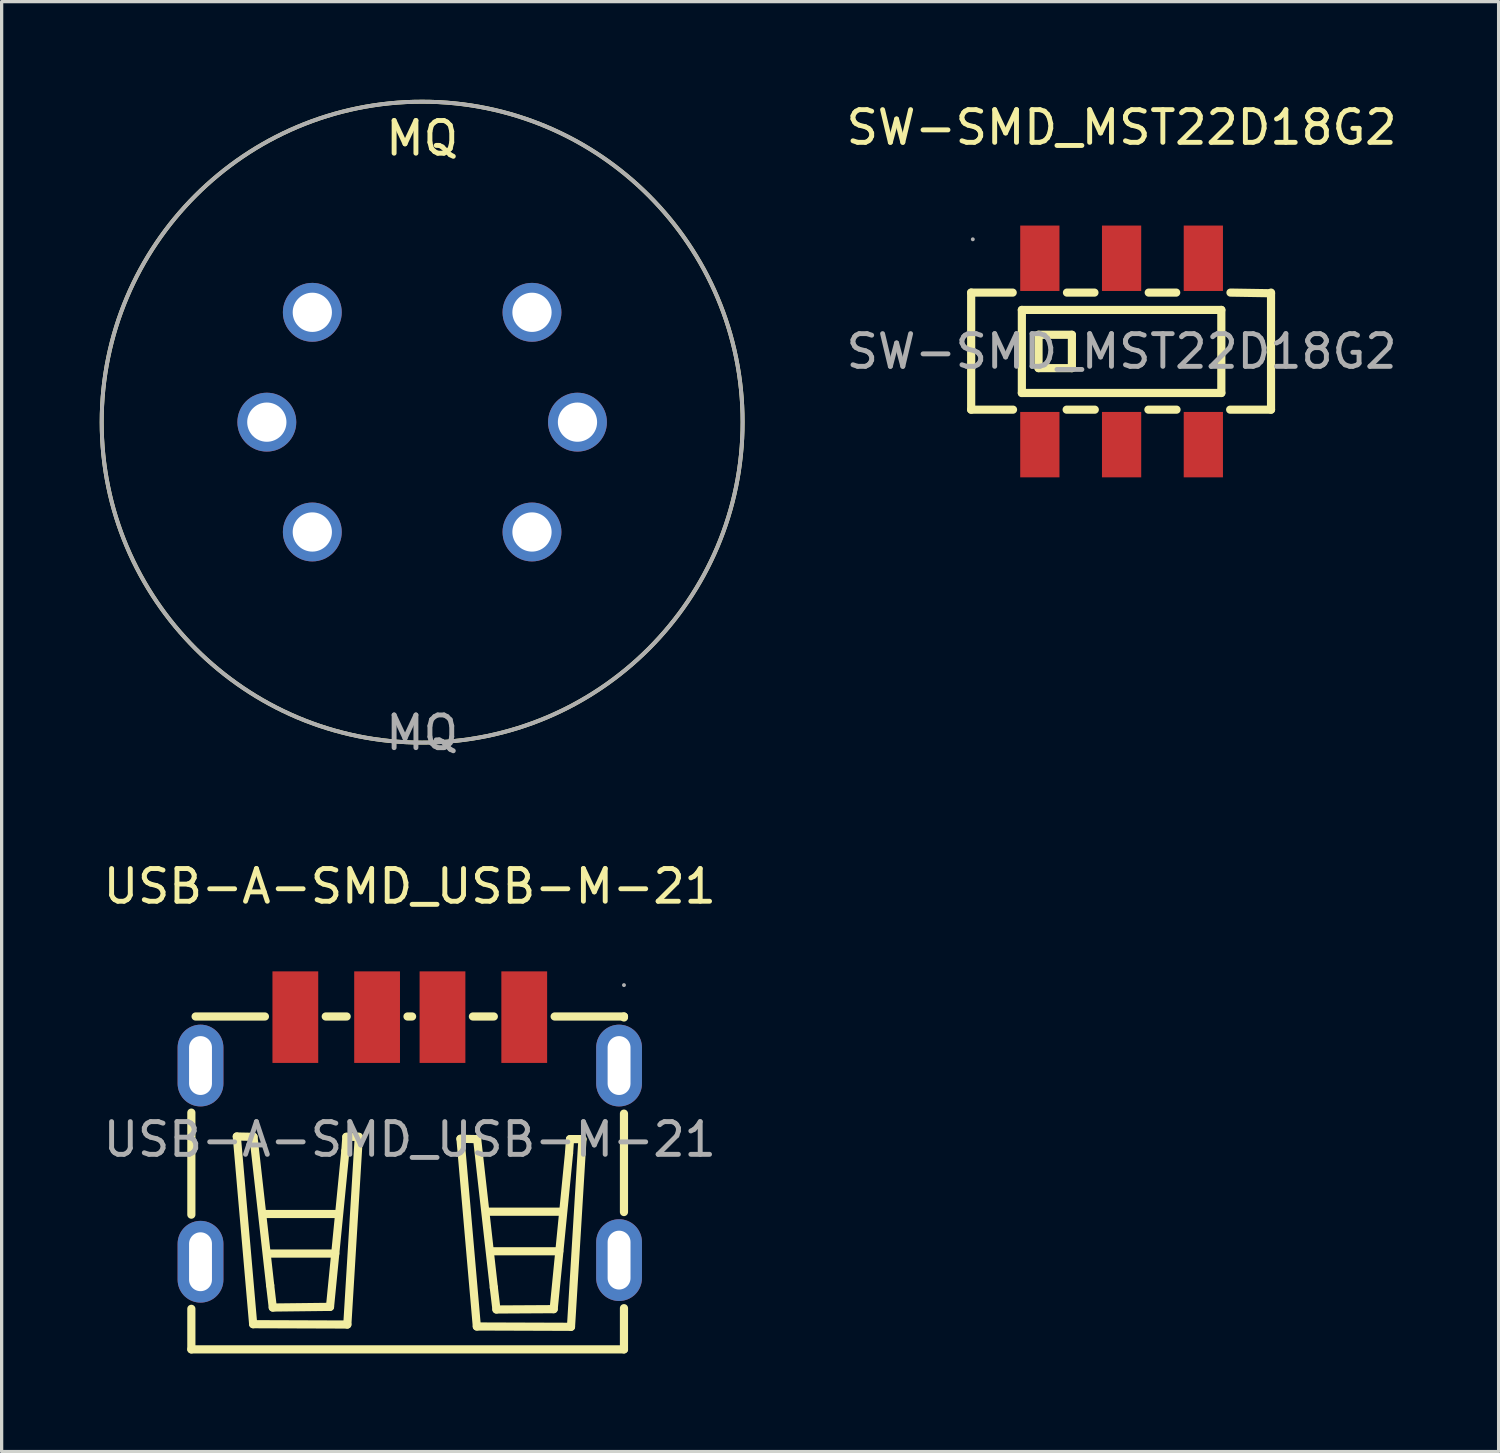
<source format=kicad_pcb>
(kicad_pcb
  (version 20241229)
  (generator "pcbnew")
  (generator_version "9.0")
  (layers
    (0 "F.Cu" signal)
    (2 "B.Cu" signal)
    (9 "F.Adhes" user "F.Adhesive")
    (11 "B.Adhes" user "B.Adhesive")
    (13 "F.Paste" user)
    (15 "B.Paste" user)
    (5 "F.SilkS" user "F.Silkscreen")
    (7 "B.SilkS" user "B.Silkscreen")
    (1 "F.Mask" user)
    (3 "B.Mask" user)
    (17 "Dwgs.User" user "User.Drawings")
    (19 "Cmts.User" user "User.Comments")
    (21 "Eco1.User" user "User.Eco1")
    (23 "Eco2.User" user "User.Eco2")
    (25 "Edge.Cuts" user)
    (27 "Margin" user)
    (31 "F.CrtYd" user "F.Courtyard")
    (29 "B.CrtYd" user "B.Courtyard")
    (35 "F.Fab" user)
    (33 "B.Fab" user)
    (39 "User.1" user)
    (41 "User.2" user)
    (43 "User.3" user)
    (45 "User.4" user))
  (footprint "MQ"
    (layer "F.Cu")
    (at 9.86 9.86)
    (property "Reference" "MQ" (at 0 -8.68 0) (unlocked yes) (layer "F.SilkS") (effects (font (size 1 1) (thickness 0.15))))
    (fp_circle (center 0 0) (end 9.8 0) (stroke (width 0.12) (type solid)) (fill no) (layer "F.SilkS"))
    (fp_circle (center 0 0) (end 9.8 0) (stroke (width 0.12) (type solid)) (fill no) (layer "F.Fab"))
    (fp_text user "${REFERENCE}" (at 0 9.5 0) (unlocked yes) (layer "F.Fab") (effects (font (size 1 1) (thickness 0.15))))
    (pad "1" thru_hole circle (at -3.359 -3.359) (size 1.8 1.8) (drill 1.2) (layers "*.Cu" "*.Mask"))
    (pad "2" thru_hole circle (at -4.75 0) (size 1.8 1.8) (drill 1.2) (layers "*.Cu" "*.Mask"))
    (pad "3" thru_hole circle (at -3.359 3.359) (size 1.8 1.8) (drill 1.2) (layers "*.Cu" "*.Mask"))
    (pad "4" thru_hole circle (at 3.359 3.359) (size 1.8 1.8) (drill 1.2) (layers "*.Cu" "*.Mask"))
    (pad "5" thru_hole circle (at 4.75 0) (size 1.8 1.8) (drill 1.2) (layers "*.Cu" "*.Mask"))
    (pad "6" thru_hole circle (at 3.359 -3.359) (size 1.8 1.8) (drill 1.2) (layers "*.Cu" "*.Mask")))
  (footprint "USB-A-SMD_USB-M-21"
    (layer "F.Cu")
    (at 9.482 31.796)
    (property "Reference" "USB-A-SMD_USB-M-21" (at 0 -7.74 0) (layer "F.SilkS") (effects (font (size 1 1) (thickness 0.15))))
    (attr smd)
    (fp_line (start -6.68 2.3) (end -6.68 -0.82) (stroke (width 0.25) (type solid)) (layer "F.SilkS"))
    (fp_line (start -6.68 6.42) (end -6.68 5.18) (stroke (width 0.25) (type solid)) (layer "F.SilkS"))
    (fp_line (start -6.55 -3.76) (end -4.43 -3.76) (stroke (width 0.25) (type solid)) (layer "F.SilkS"))
    (fp_line (start -5.29 -0.09) (end -4.78 -0.08) (stroke (width 0.25) (type solid)) (layer "F.SilkS"))
    (fp_line (start -4.79 5.65) (end -5.29 -0.09) (stroke (width 0.25) (type solid)) (layer "F.SilkS"))
    (fp_line (start -4.78 -0.08) (end -4.27 4.46) (stroke (width 0.25) (type solid)) (layer "F.SilkS"))
    (fp_line (start -4.45 2.28) (end -2.19 2.28) (stroke (width 0.25) (type solid)) (layer "F.SilkS"))
    (fp_line (start -4.31 3.49) (end -2.28 3.49) (stroke (width 0.25) (type solid)) (layer "F.SilkS"))
    (fp_line (start -4.27 4.46) (end -4.19 5.14) (stroke (width 0.25) (type solid)) (layer "F.SilkS"))
    (fp_line (start -4.19 5.14) (end -2.44 5.12) (stroke (width 0.25) (type solid)) (layer "F.SilkS"))
    (fp_line (start -2.57 -3.76) (end -1.93 -3.76) (stroke (width 0.25) (type solid)) (layer "F.SilkS"))
    (fp_line (start -2.44 5.12) (end -1.97 0.35) (stroke (width 0.25) (type solid)) (layer "F.SilkS"))
    (fp_line (start -1.97 0.35) (end -1.94 -0.08) (stroke (width 0.25) (type solid)) (layer "F.SilkS"))
    (fp_line (start -1.94 -0.08) (end -1.56 -0.08) (stroke (width 0.25) (type solid)) (layer "F.SilkS"))
    (fp_line (start -1.91 5.66) (end -4.79 5.65) (stroke (width 0.25) (type solid)) (layer "F.SilkS"))
    (fp_line (start -1.56 -0.08) (end -1.91 5.66) (stroke (width 0.25) (type solid)) (layer "F.SilkS"))
    (fp_line (start -0.07 -3.76) (end 0.07 -3.76) (stroke (width 0.25) (type solid)) (layer "F.SilkS"))
    (fp_line (start 1.55 -0.02) (end 2.06 -0.01) (stroke (width 0.25) (type solid)) (layer "F.SilkS"))
    (fp_line (start 1.93 -3.76) (end 2.57 -3.76) (stroke (width 0.25) (type solid)) (layer "F.SilkS"))
    (fp_line (start 2.05 5.72) (end 1.55 -0.02) (stroke (width 0.25) (type solid)) (layer "F.SilkS"))
    (fp_line (start 2.06 -0.01) (end 2.57 4.53) (stroke (width 0.25) (type solid)) (layer "F.SilkS"))
    (fp_line (start 2.4 2.21) (end 4.66 2.21) (stroke (width 0.25) (type solid)) (layer "F.SilkS"))
    (fp_line (start 2.54 3.42) (end 4.57 3.42) (stroke (width 0.25) (type solid)) (layer "F.SilkS"))
    (fp_line (start 2.57 4.53) (end 2.65 5.2) (stroke (width 0.25) (type solid)) (layer "F.SilkS"))
    (fp_line (start 2.65 5.2) (end 4.4 5.19) (stroke (width 0.25) (type solid)) (layer "F.SilkS"))
    (fp_line (start 4.4 5.19) (end 4.87 0.42) (stroke (width 0.25) (type solid)) (layer "F.SilkS"))
    (fp_line (start 4.43 -3.76) (end 6.55 -3.76) (stroke (width 0.25) (type solid)) (layer "F.SilkS"))
    (fp_line (start 4.87 0.42) (end 4.9 -0.01) (stroke (width 0.25) (type solid)) (layer "F.SilkS"))
    (fp_line (start 4.9 -0.01) (end 5.28 -0.01) (stroke (width 0.25) (type solid)) (layer "F.SilkS"))
    (fp_line (start 4.93 5.73) (end 2.05 5.72) (stroke (width 0.25) (type solid)) (layer "F.SilkS"))
    (fp_line (start 5.28 -0.01) (end 4.93 5.73) (stroke (width 0.25) (type solid)) (layer "F.SilkS"))
    (fp_line (start 6.55 -3.76) (end 6.55 -3.73) (stroke (width 0.25) (type solid)) (layer "F.SilkS"))
    (fp_line (start 6.55 -0.79) (end 6.55 2.22) (stroke (width 0.25) (type solid)) (layer "F.SilkS"))
    (fp_line (start 6.55 5.16) (end 6.55 6.42) (stroke (width 0.25) (type solid)) (layer "F.SilkS"))
    (fp_line (start 6.55 6.42) (end -6.68 6.42) (stroke (width 0.25) (type solid)) (layer "F.SilkS"))
    (fp_circle (center 6.55 -4.72) (end 6.58 -4.72) (stroke (width 0.06) (type solid)) (fill no) (layer "F.Fab"))
    (fp_text user "${REFERENCE}" (at 0 0 0) (layer "F.Fab") (effects (font (size 1 1) (thickness 0.15))))
    (pad "1" smd rect (at 3.5 -3.74 180) (size 1.4 2.8) (layers "F.Cu" "F.Mask" "F.Paste"))
    (pad "2" smd rect (at 1 -3.74 180) (size 1.4 2.8) (layers "F.Cu" "F.Mask" "F.Paste"))
    (pad "3" smd rect (at -1 -3.74 180) (size 1.4 2.8) (layers "F.Cu" "F.Mask" "F.Paste"))
    (pad "4" smd rect (at -3.5 -3.74 180) (size 1.4 2.8) (layers "F.Cu" "F.Mask" "F.Paste"))
    (pad "5" thru_hole oval (at -6.4 -2.26 270) (size 2.5 1.4) (drill oval 1.8 0.7) (layers "*.Cu" "*.Mask"))
    (pad "6" thru_hole oval (at -6.4 3.74 270) (size 2.5 1.4) (drill oval 1.8 0.7) (layers "*.Cu" "*.Mask"))
    (pad "7" thru_hole oval (at 6.4 3.69 90) (size 2.5 1.4) (drill oval 1.8 0.7) (layers "*.Cu" "*.Mask"))
    (pad "8" thru_hole oval (at 6.4 -2.26 90) (size 2.5 1.4) (drill oval 1.8 0.7) (layers "*.Cu" "*.Mask")))
  (footprint "SW-SMD_MST22D18G2"
    (layer "F.Cu")
    (at 31.25 7.698)
    (property "Reference" "SW-SMD_MST22D18G2" (at 0 -6.85 0) (layer "F.SilkS") (effects (font (size 1 1) (thickness 0.15))))
    (attr smd)
    (fp_line (start -4.6 -1.8) (end -4.6 1.78) (stroke (width 0.25) (type solid)) (layer "F.SilkS"))
    (fp_line (start -4.6 -1.8) (end -3.33 -1.8) (stroke (width 0.25) (type solid)) (layer "F.SilkS"))
    (fp_line (start -3.32 1.78) (end -4.6 1.78) (stroke (width 0.25) (type solid)) (layer "F.SilkS"))
    (fp_line (start -3.05 -1.27) (end 3.05 -1.27) (stroke (width 0.25) (type solid)) (layer "F.SilkS"))
    (fp_line (start -3.05 1.27) (end -3.05 -1.27) (stroke (width 0.25) (type solid)) (layer "F.SilkS"))
    (fp_line (start -2.54 -0.51) (end -1.52 -0.51) (stroke (width 0.25) (type solid)) (layer "F.SilkS"))
    (fp_line (start -2.54 0.51) (end -2.54 -0.51) (stroke (width 0.25) (type solid)) (layer "F.SilkS"))
    (fp_line (start -1.67 -1.8) (end -0.83 -1.8) (stroke (width 0.25) (type solid)) (layer "F.SilkS"))
    (fp_line (start -1.52 -0.51) (end -1.52 0.51) (stroke (width 0.25) (type solid)) (layer "F.SilkS"))
    (fp_line (start -1.52 0.51) (end -2.54 0.51) (stroke (width 0.25) (type solid)) (layer "F.SilkS"))
    (fp_line (start -0.82 1.78) (end -1.68 1.78) (stroke (width 0.25) (type solid)) (layer "F.SilkS"))
    (fp_line (start 0.83 -1.8) (end 1.67 -1.8) (stroke (width 0.25) (type solid)) (layer "F.SilkS"))
    (fp_line (start 1.68 1.78) (end 0.82 1.78) (stroke (width 0.25) (type solid)) (layer "F.SilkS"))
    (fp_line (start 3.05 -1.27) (end 3.05 1.27) (stroke (width 0.25) (type solid)) (layer "F.SilkS"))
    (fp_line (start 3.05 1.27) (end -3.05 1.27) (stroke (width 0.25) (type solid)) (layer "F.SilkS"))
    (fp_line (start 3.33 -1.8) (end 4.57 -1.78) (stroke (width 0.25) (type solid)) (layer "F.SilkS"))
    (fp_line (start 4.57 1.78) (end 3.32 1.78) (stroke (width 0.25) (type solid)) (layer "F.SilkS"))
    (fp_line (start 4.57 1.78) (end 4.57 -1.8) (stroke (width 0.25) (type solid)) (layer "F.SilkS"))
    (fp_circle (center -4.55 -3.43) (end -4.52 -3.43) (stroke (width 0.06) (type solid)) (fill no) (layer "F.Fab"))
    (fp_text user "${REFERENCE}" (at 0 0 0) (layer "F.Fab") (effects (font (size 1 1) (thickness 0.15))))
    (pad "1" smd rect (at -2.5 -2.85 180) (size 1.2 2) (layers "F.Cu" "F.Mask" "F.Paste"))
    (pad "2" smd rect (at 0 -2.85 180) (size 1.2 2) (layers "F.Cu" "F.Mask" "F.Paste"))
    (pad "3" smd rect (at 2.5 -2.85 180) (size 1.2 2) (layers "F.Cu" "F.Mask" "F.Paste"))
    (pad "4" smd rect (at -2.5 2.85 180) (size 1.2 2) (layers "F.Cu" "F.Mask" "F.Paste"))
    (pad "5" smd rect (at 0 2.85 180) (size 1.2 2) (layers "F.Cu" "F.Mask" "F.Paste"))
    (pad "6" smd rect (at 2.5 2.85 180) (size 1.2 2) (layers "F.Cu" "F.Mask" "F.Paste")))
  (gr_rect
    (start -3 -3)
    (end 42.78 41.341)
    (stroke (width 0.1) (type default))
    (fill no)
    (layer "Edge.Cuts")))
</source>
